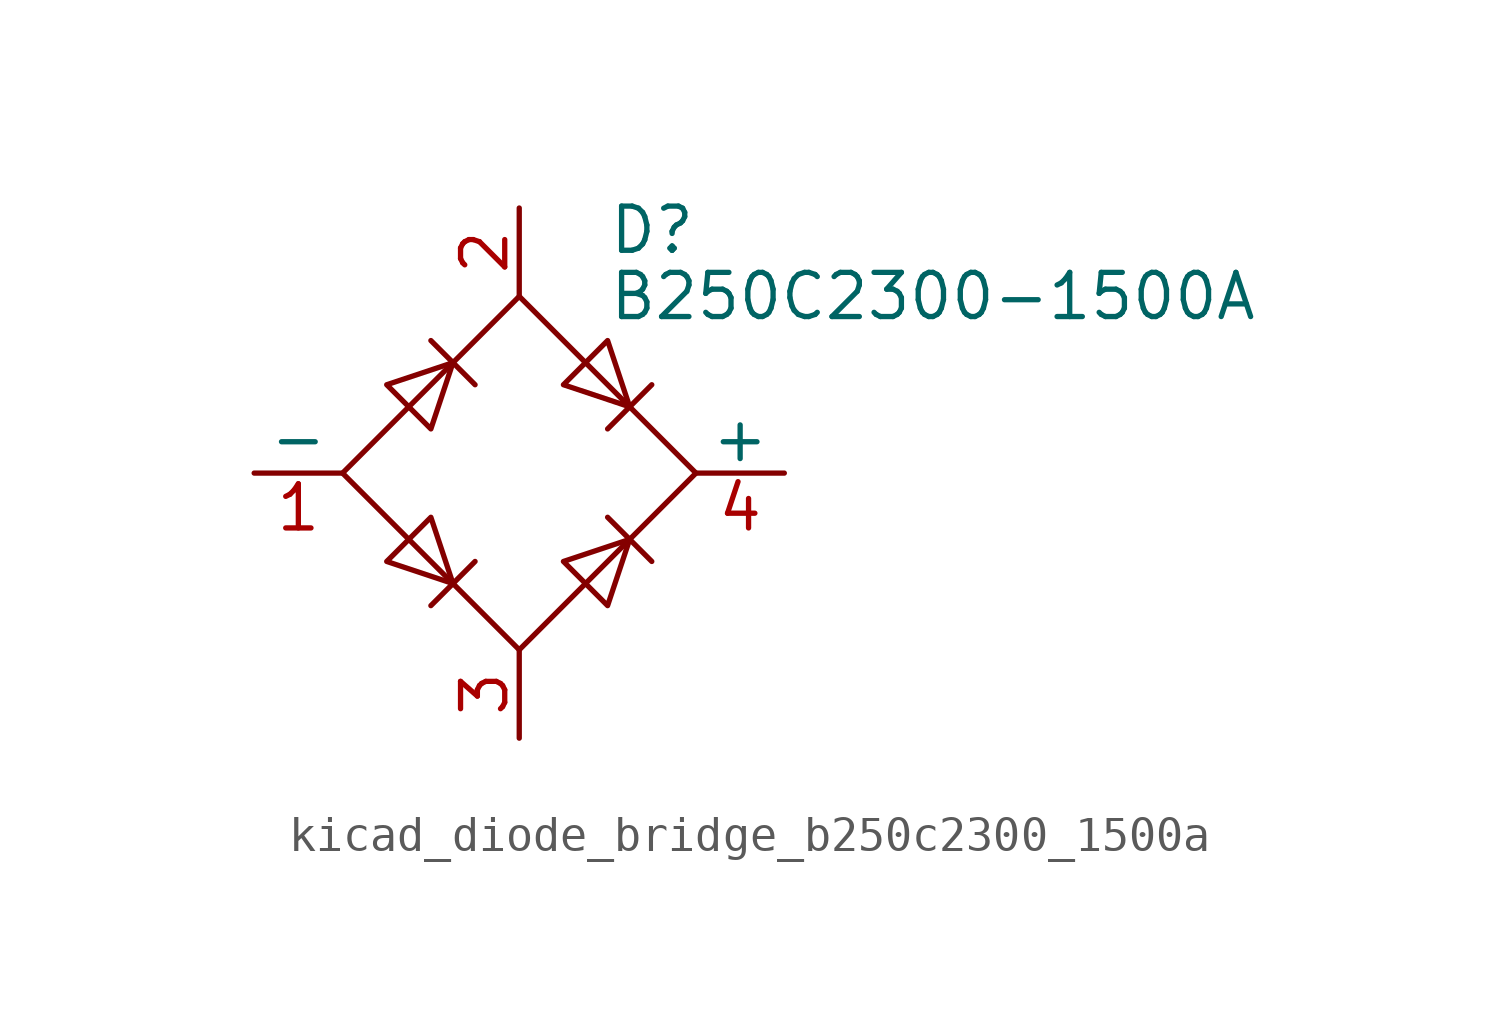
<source format=kicad_sym>
(kicad_symbol_lib
  (version 20220914)
  (generator kicad_symbol_editor)
  (symbol "kicad_diode_bridge_b250c2300_1500a"
    (pin_names
      (offset 0))
    (property "Reference" "D"
      (at 2.54 6.985 0)
      (effects (font (size 1.27 1.27)) (justify left)))
    (property "Value" "B250C2300-1500A"
      (at 2.54 5.08 0)
      (effects (font (size 1.27 1.27)) (justify left)))
    (symbol "kicad_diode_bridge_b250c2300_1500a_0_1"
      (polyline (pts (xy -2.54 3.81) (xy -1.27 2.54)) (stroke (width 0) (type default)) (fill (type none)))
      (polyline (pts (xy -1.27 -2.54) (xy -2.54 -3.81)) (stroke (width 0) (type default)) (fill (type none)))
      (polyline (pts (xy 2.54 -1.27) (xy 3.81 -2.54)) (stroke (width 0) (type default)) (fill (type none)))
      (polyline (pts (xy 2.54 1.27) (xy 3.81 2.54)) (stroke (width 0) (type default)) (fill (type none)))
      (polyline (pts (xy -3.81 2.54) (xy -2.54 1.27) (xy -1.905 3.175) (xy -3.81 2.54)) (stroke (width 0) (type default)) (fill (type none)))
      (polyline (pts (xy -2.54 -1.27) (xy -3.81 -2.54) (xy -1.905 -3.175) (xy -2.54 -1.27)) (stroke (width 0) (type default)) (fill (type none)))
      (polyline (pts (xy 1.27 2.54) (xy 2.54 3.81) (xy 3.175 1.905) (xy 1.27 2.54)) (stroke (width 0) (type default)) (fill (type none)))
      (polyline (pts (xy 3.175 -1.905) (xy 1.27 -2.54) (xy 2.54 -3.81) (xy 3.175 -1.905)) (stroke (width 0) (type default)) (fill (type none)))
      (polyline (pts (xy -5.08 0) (xy 0 -5.08) (xy 5.08 0) (xy 0 5.08) (xy -5.08 0)) (stroke (width 0) (type default)) (fill (type none))))
    (symbol "kicad_diode_bridge_b250c2300_1500a_1_1"
      (pin passive line (at -7.62 0 0) (length 2.54) (name "-" (effects (font (size 1.27 1.27)))) (number "1" (effects (font (size 1.27 1.27)))))
      (pin passive line (at 0 7.62 270) (length 2.54) (name "~" (effects (font (size 1.27 1.27)))) (number "2" (effects (font (size 1.27 1.27)))))
      (pin passive line (at 0 -7.62 90) (length 2.54) (name "~" (effects (font (size 1.27 1.27)))) (number "3" (effects (font (size 1.27 1.27)))))
      (pin passive line (at 7.62 0 180) (length 2.54) (name "+" (effects (font (size 1.27 1.27)))) (number "4" (effects (font (size 1.27 1.27))))))))
</source>
